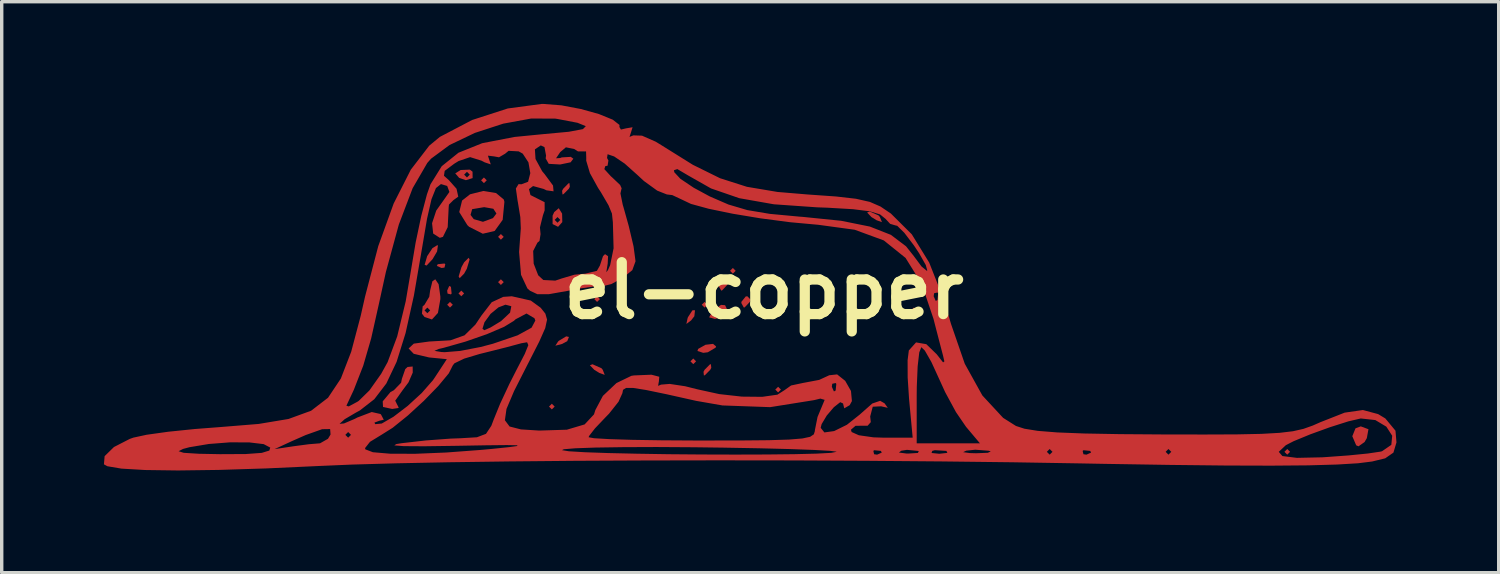
<source format=kicad_pcb>
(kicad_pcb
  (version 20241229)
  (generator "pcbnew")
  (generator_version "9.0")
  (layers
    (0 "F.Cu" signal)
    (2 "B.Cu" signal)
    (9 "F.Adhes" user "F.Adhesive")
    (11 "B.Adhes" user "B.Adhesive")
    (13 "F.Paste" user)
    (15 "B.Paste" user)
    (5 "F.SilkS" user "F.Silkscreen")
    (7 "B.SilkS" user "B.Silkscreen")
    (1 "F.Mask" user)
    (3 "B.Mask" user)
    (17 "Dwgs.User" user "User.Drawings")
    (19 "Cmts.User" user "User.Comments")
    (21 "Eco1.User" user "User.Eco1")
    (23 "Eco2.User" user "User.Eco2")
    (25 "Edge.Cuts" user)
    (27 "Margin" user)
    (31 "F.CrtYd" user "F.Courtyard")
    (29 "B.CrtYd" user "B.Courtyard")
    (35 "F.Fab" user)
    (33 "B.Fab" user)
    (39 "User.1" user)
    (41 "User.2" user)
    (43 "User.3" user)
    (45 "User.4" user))
  (footprint "el-copper"
    (layer "F.Cu")
    (at 19.369 5.478)
    (property "Reference" "el-copper" (at 0 0 0) (layer "F.SilkS") (effects (font (size 1.524 1.524) (thickness 0.3))))
    (attr board_only exclude_from_pos_files exclude_from_bom)
    (fp_poly (pts (xy -9.131 0.415) (xy -9.214 0.498) (xy -9.297 0.415) (xy -9.214 0.332)) (stroke (width 0) (type solid)) (fill yes) (layer "F.Cu"))
    (fp_poly (pts (xy -8.799 0.083) (xy -8.882 0.166) (xy -8.965 0.083) (xy -8.882 0)) (stroke (width 0) (type solid)) (fill yes) (layer "F.Cu"))
    (fp_poly (pts (xy -8.135 -3.237) (xy -8.218 -3.154) (xy -8.301 -3.237) (xy -8.218 -3.32)) (stroke (width 0) (type solid)) (fill yes) (layer "F.Cu"))
    (fp_poly (pts (xy -7.637 -1.577) (xy -7.72 -1.494) (xy -7.803 -1.577) (xy -7.72 -1.66)) (stroke (width 0) (type solid)) (fill yes) (layer "F.Cu"))
    (fp_poly (pts (xy -7.637 -0.249) (xy -7.72 -0.166) (xy -7.803 -0.249) (xy -7.72 -0.332)) (stroke (width 0) (type solid)) (fill yes) (layer "F.Cu"))
    (fp_poly (pts (xy -6.142 3.403) (xy -6.225 3.486) (xy -6.308 3.403) (xy -6.225 3.32)) (stroke (width 0) (type solid)) (fill yes) (layer "F.Cu"))
    (fp_poly (pts (xy -4.814 0.249) (xy -4.897 0.332) (xy -4.98 0.249) (xy -4.897 0.166)) (stroke (width 0) (type solid)) (fill yes) (layer "F.Cu"))
    (fp_poly (pts (xy -1.992 2.075) (xy -2.075 2.158) (xy -2.158 2.075) (xy -2.075 1.992)) (stroke (width 0) (type solid)) (fill yes) (layer "F.Cu"))
    (fp_poly (pts (xy -1.66 0.415) (xy -1.743 0.498) (xy -1.826 0.415) (xy -1.743 0.332)) (stroke (width 0) (type solid)) (fill yes) (layer "F.Cu"))
    (fp_poly (pts (xy -0.83 -0.581) (xy -0.913 -0.498) (xy -0.996 -0.581) (xy -0.913 -0.664)) (stroke (width 0) (type solid)) (fill yes) (layer "F.Cu"))
    (fp_poly (pts (xy 0.498 2.905) (xy 0.415 2.988) (xy 0.332 2.905) (xy 0.415 2.822)) (stroke (width 0) (type solid)) (fill yes) (layer "F.Cu"))
    (fp_poly (pts (xy 4.482 0.581) (xy 4.399 0.664) (xy 4.316 0.581) (xy 4.399 0.498)) (stroke (width 0) (type solid)) (fill yes) (layer "F.Cu"))
    (fp_poly (pts (xy 15.439 4.731) (xy 15.356 4.814) (xy 15.273 4.731) (xy 15.356 4.648)) (stroke (width 0) (type solid)) (fill yes) (layer "F.Cu"))
    (fp_poly (pts (xy -9.352 -0.775) (xy -9.375 -0.676) (xy -9.463 -0.664) (xy -9.599 -0.725) (xy -9.573 -0.775) (xy -9.376 -0.795)) (stroke (width 0) (type solid)) (fill yes) (layer "F.Cu"))
    (fp_poly (pts (xy -9.186 -0.111) (xy -9.166 0.086) (xy -9.186 0.111) (xy -9.285 0.088) (xy -9.297 0) (xy -9.236 -0.137)) (stroke (width 0) (type solid)) (fill yes) (layer "F.Cu"))
    (fp_poly (pts (xy -5.723 1.36) (xy -5.773 1.484) (xy -5.928 1.566) (xy -6.122 1.617) (xy -6.042 1.495) (xy -6.021 1.474) (xy -5.803 1.342)) (stroke (width 0) (type solid)) (fill yes) (layer "F.Cu"))
    (fp_poly (pts (xy -4.767 2.279) (xy -4.731 2.324) (xy -4.673 2.473) (xy -4.83 2.417) (xy -4.98 2.324) (xy -5.108 2.191) (xy -5.032 2.161)) (stroke (width 0) (type solid)) (fill yes) (layer "F.Cu"))
    (fp_poly (pts (xy -2.043 0.752) (xy -2.138 0.874) (xy -2.277 0.979) (xy -2.242 0.813) (xy -2.231 0.781) (xy -2.099 0.578) (xy -2.024 0.577)) (stroke (width 0) (type solid)) (fill yes) (layer "F.Cu"))
    (fp_poly (pts (xy 3.368 -2.203) (xy 3.403 -2.158) (xy 3.462 -2.009) (xy 3.305 -2.065) (xy 3.154 -2.158) (xy 3.027 -2.291) (xy 3.103 -2.322)) (stroke (width 0) (type solid)) (fill yes) (layer "F.Cu"))
    (fp_poly (pts (xy -9.568 -1.323) (xy -9.593 -1.147) (xy -9.725 -0.923) (xy -9.9 -0.735) (xy -9.958 -0.757) (xy -9.884 -1.01) (xy -9.728 -1.247) (xy -9.585 -1.334)) (stroke (width 0) (type solid)) (fill yes) (layer "F.Cu"))
    (fp_poly (pts (xy -8.638 -0.913) (xy -8.72 -0.64) (xy -8.799 -0.498) (xy -8.93 -0.365) (xy -8.96 -0.415) (xy -8.877 -0.688) (xy -8.799 -0.83) (xy -8.667 -0.963)) (stroke (width 0) (type solid)) (fill yes) (layer "F.Cu"))
    (fp_poly (pts (xy -5.697 -3.047) (xy -5.727 -2.988) (xy -5.884 -2.83) (xy -5.913 -2.822) (xy -5.924 -2.929) (xy -5.893 -2.988) (xy -5.737 -3.147) (xy -5.708 -3.154)) (stroke (width 0) (type solid)) (fill yes) (layer "F.Cu"))
    (fp_poly (pts (xy -1.546 2.265) (xy -1.577 2.324) (xy -1.734 2.483) (xy -1.763 2.49) (xy -1.774 2.383) (xy -1.743 2.324) (xy -1.587 2.166) (xy -1.558 2.158)) (stroke (width 0) (type solid)) (fill yes) (layer "F.Cu"))
    (fp_poly (pts (xy -1.405 1.639) (xy -1.42 1.675) (xy -1.649 1.81) (xy -1.781 1.826) (xy -1.952 1.772) (xy -1.932 1.711) (xy -1.717 1.59) (xy -1.494 1.563)) (stroke (width 0) (type solid)) (fill yes) (layer "F.Cu"))
    (fp_poly (pts (xy -1.141 0.428) (xy -1.058 0.603) (xy -1.207 0.772) (xy -1.441 0.83) (xy -1.609 0.785) (xy -1.51 0.6) (xy -1.496 0.583) (xy -1.261 0.419)) (stroke (width 0) (type solid)) (fill yes) (layer "F.Cu"))
    (fp_poly (pts (xy -1.053 -0.23) (xy -1.079 -0.166) (xy -1.228 -0.008) (xy -1.255 0) (xy -1.326 -0.128) (xy -1.328 -0.166) (xy -1.2 -0.326) (xy -1.152 -0.332)) (stroke (width 0) (type solid)) (fill yes) (layer "F.Cu"))
    (fp_poly (pts (xy -0.389 0.268) (xy -0.415 0.332) (xy -0.564 0.49) (xy -0.591 0.498) (xy -0.662 0.37) (xy -0.664 0.332) (xy -0.536 0.172) (xy -0.488 0.166)) (stroke (width 0) (type solid)) (fill yes) (layer "F.Cu"))
    (fp_poly (pts (xy 17.739 4.068) (xy 17.691 4.33) (xy 17.625 4.443) (xy 17.448 4.569) (xy 17.379 4.54) (xy 17.265 4.273) (xy 17.359 4.041) (xy 17.514 3.984)) (stroke (width 0) (type solid)) (fill yes) (layer "F.Cu"))
    (fp_poly (pts (xy -8.552 -3.49) (xy -8.55 -3.302) (xy -8.747 -3.24) (xy -8.945 -3.308) (xy -9.027 -3.403) (xy -8.799 -3.403) (xy -8.716 -3.32) (xy -8.633 -3.403) (xy -8.716 -3.486) (xy -8.799 -3.403) (xy -9.027 -3.403) (xy -9.059 -3.441) (xy -8.901 -3.539) (xy -8.631 -3.55)) (stroke (width 0) (type solid)) (fill yes) (layer "F.Cu"))
    (fp_poly (pts (xy -5.924 -2.26) (xy -5.918 -2.01) (xy -6.042 -1.872) (xy -6.201 -1.952) (xy -6.203 -1.956) (xy -6.203 -2.075) (xy -6.142 -2.075) (xy -6.059 -1.992) (xy -5.976 -2.075) (xy -6.059 -2.158) (xy -6.142 -2.075) (xy -6.203 -2.075) (xy -6.203 -2.199) (xy -6.155 -2.305) (xy -6.022 -2.418)) (stroke (width 0) (type solid)) (fill yes) (layer "F.Cu"))
    (fp_poly (pts (xy -10.307 2.407) (xy -10.43 2.69) (xy -10.62 2.945) (xy -10.821 3.23) (xy -10.749 3.376) (xy -10.744 3.378) (xy -10.719 3.444) (xy -10.91 3.473) (xy -11.179 3.415) (xy -11.188 3.25) (xy -10.96 2.977) (xy -10.861 2.923) (xy -10.648 2.703) (xy -10.625 2.588) (xy -10.526 2.303) (xy -10.459 2.241) (xy -10.309 2.227)) (stroke (width 0) (type solid)) (fill yes) (layer "F.Cu"))
    (fp_poly (pts (xy -9.547 -0.186) (xy -9.497 0.173) (xy -9.496 0.249) (xy -9.568 0.656) (xy -9.743 0.847) (xy -9.961 0.774) (xy -10.037 0.676) (xy -10.027 0.581) (xy -9.961 0.581) (xy -9.878 0.664) (xy -9.795 0.581) (xy -9.878 0.498) (xy -9.961 0.581) (xy -10.027 0.581) (xy -10.016 0.462) (xy -9.963 0.417) (xy -9.822 0.181) (xy -9.795 -0.01) (xy -9.73 -0.274) (xy -9.645 -0.332)) (stroke (width 0) (type solid)) (fill yes) (layer "F.Cu"))
    (fp_poly (pts (xy -7.862 -2.863) (xy -7.635 -2.673) (xy -7.617 -2.604) (xy -7.668 -2.076) (xy -7.902 -1.751) (xy -8.251 -1.669) (xy -8.652 -1.872) (xy -8.704 -1.921) (xy -8.89 -2.221) (xy -8.611 -2.221) (xy -8.516 -2.097) (xy -8.246 -2.019) (xy -7.953 -2.127) (xy -7.851 -2.262) (xy -7.942 -2.402) (xy -8.211 -2.449) (xy -8.563 -2.39) (xy -8.611 -2.221) (xy -8.89 -2.221) (xy -8.942 -2.306) (xy -8.859 -2.643) (xy -8.626 -2.826) (xy -8.237 -2.924)) (stroke (width 0) (type solid)) (fill yes) (layer "F.Cu"))
    (fp_poly (pts (xy -5.945 -5.437) (xy -5.373 -5.329) (xy -4.843 -5.181) (xy -4.438 -5.016) (xy -4.24 -4.862) (xy -4.242 -4.801) (xy -4.198 -4.726) (xy -4.049 -4.761) (xy -3.856 -4.794) (xy -3.9 -4.651) (xy -3.946 -4.51) (xy -3.834 -4.555) (xy -3.579 -4.547) (xy -3.177 -4.37) (xy -3.012 -4.269) (xy -2.087 -3.692) (xy -1.289 -3.298) (xy -0.5 -3.046) (xy 0.398 -2.895) (xy 1.281 -2.821) (xy 2.118 -2.762) (xy 2.701 -2.695) (xy 3.108 -2.603) (xy 3.418 -2.468) (xy 3.709 -2.272) (xy 3.726 -2.26) (xy 4.338 -1.652) (xy 4.849 -0.822) (xy 5.281 0.271) (xy 5.487 0.972) (xy 5.892 2.145) (xy 6.409 3.077) (xy 7.018 3.734) (xy 7.395 3.972) (xy 7.644 4.053) (xy 8.035 4.116) (xy 8.607 4.162) (xy 9.398 4.193) (xy 10.447 4.212) (xy 11.704 4.221) (xy 12.935 4.223) (xy 13.884 4.219) (xy 14.599 4.204) (xy 15.129 4.174) (xy 15.523 4.127) (xy 15.832 4.057) (xy 16.102 3.961) (xy 16.332 3.86) (xy 17.041 3.581) (xy 17.576 3.504) (xy 18.023 3.624) (xy 18.234 3.751) (xy 18.532 4.111) (xy 18.561 4.455) (xy 18.472 4.754) (xy 18.23 4.922) (xy 17.846 5.015) (xy 17.432 5.067) (xy 16.816 5.104) (xy 15.978 5.128) (xy 14.896 5.137) (xy 13.551 5.133) (xy 11.922 5.115) (xy 9.989 5.084) (xy 9.297 5.071) (xy 7.318 5.038) (xy 5.224 5.013) (xy 3.054 4.995) (xy 0.851 4.984) (xy -1.346 4.981) (xy -3.495 4.985) (xy -5.555 4.995) (xy -7.485 5.013) (xy -9.244 5.037) (xy -10.792 5.068) (xy -12.086 5.105) (xy -13.024 5.145) (xy -14.601 5.218) (xy -15.999 5.262) (xy -17.192 5.278) (xy -18.153 5.265) (xy -18.854 5.224) (xy -19.268 5.154) (xy -19.369 5.098) (xy -19.349 4.858) (xy -19.201 4.713) (xy -17.178 4.713) (xy -17.029 4.76) (xy -16.584 4.788) (xy -15.965 4.8) (xy -15.207 4.796) (xy -14.738 4.762) (xy -14.515 4.694) (xy -14.502 4.651) (xy -14.36 4.651) (xy -14.157 4.621) (xy -11.706 4.621) (xy -11.698 4.658) (xy -11.476 4.743) (xy -10.974 4.786) (xy -10.24 4.789) (xy -9.323 4.751) (xy -8.401 4.682) (xy -5.928 4.682) (xy -5.724 4.715) (xy -5.256 4.743) (xy -4.578 4.767) (xy -3.744 4.786) (xy -2.806 4.801) (xy -1.82 4.809) (xy -0.838 4.812) (xy 0.085 4.809) (xy 0.898 4.8) (xy 1.545 4.784) (xy 1.973 4.761) (xy 2.128 4.731) (xy 2.127 4.727) (xy 1.957 4.704) (xy 3.21 4.704) (xy 3.232 4.802) (xy 3.32 4.814) (xy 3.457 4.754) (xy 3.456 4.752) (xy 3.961 4.752) (xy 4.182 4.781) (xy 4.233 4.782) (xy 4.502 4.765) (xy 4.918 4.765) (xy 5.146 4.788) (xy 5.382 4.762) (xy 5.372 4.741) (xy 5.845 4.741) (xy 6.044 4.768) (xy 6.225 4.773) (xy 6.567 4.759) (xy 6.632 4.731) (xy 8.301 4.731) (xy 8.384 4.814) (xy 8.467 4.731) (xy 8.439 4.704) (xy 9.352 4.704) (xy 9.375 4.802) (xy 9.463 4.814) (xy 9.599 4.754) (xy 9.588 4.731) (xy 11.787 4.731) (xy 11.87 4.814) (xy 11.953 4.731) (xy 11.953 4.731) (xy 15.107 4.731) (xy 15.213 4.855) (xy 15.637 4.908) (xy 16.383 4.892) (xy 16.477 4.886) (xy 17.152 4.837) (xy 17.722 4.78) (xy 18.088 4.726) (xy 18.137 4.714) (xy 18.41 4.526) (xy 18.436 4.26) (xy 18.264 3.993) (xy 17.941 3.799) (xy 17.515 3.752) (xy 17.514 3.752) (xy 17.149 3.837) (xy 16.611 4.008) (xy 16.031 4.218) (xy 15.541 4.42) (xy 15.315 4.536) (xy 15.107 4.731) (xy 11.953 4.731) (xy 11.87 4.648) (xy 11.787 4.731) (xy 9.588 4.731) (xy 9.573 4.704) (xy 9.376 4.684) (xy 9.352 4.704) (xy 8.439 4.704) (xy 8.384 4.648) (xy 8.301 4.731) (xy 6.632 4.731) (xy 6.655 4.722) (xy 6.601 4.7) (xy 6.202 4.669) (xy 5.937 4.697) (xy 5.845 4.741) (xy 5.372 4.741) (xy 5.354 4.704) (xy 5.014 4.683) (xy 4.939 4.704) (xy 4.918 4.765) (xy 4.502 4.765) (xy 4.517 4.764) (xy 4.542 4.712) (xy 4.527 4.705) (xy 4.197 4.673) (xy 4.029 4.699) (xy 3.961 4.752) (xy 3.456 4.752) (xy 3.431 4.704) (xy 3.234 4.684) (xy 3.21 4.704) (xy 1.957 4.704) (xy 1.943 4.702) (xy 1.474 4.676) (xy 0.765 4.65) (xy -0.138 4.627) (xy -1.188 4.608) (xy -2.045 4.597) (xy -3.156 4.59) (xy -4.136 4.594) (xy -4.944 4.606) (xy -5.536 4.627) (xy -5.872 4.655) (xy -5.928 4.682) (xy -8.401 4.682) (xy -8.271 4.672) (xy -7.969 4.644) (xy -7.478 4.593) (xy -7.232 4.559) (xy -7.248 4.539) (xy -7.544 4.533) (xy -8.136 4.539) (xy -9.043 4.555) (xy -9.048 4.555) (xy -9.974 4.568) (xy -10.575 4.564) (xy -10.848 4.542) (xy -10.792 4.504) (xy -10.66 4.482) (xy 4.482 4.482) (xy 6.338 4.482) (xy 5.929 3.996) (xy 5.634 3.565) (xy 5.316 2.978) (xy 5.137 2.585) (xy 4.913 2.096) (xy 4.721 1.761) (xy 4.618 1.66) (xy 4.557 1.813) (xy 4.51 2.222) (xy 4.485 2.811) (xy 4.482 3.071) (xy 4.482 4.482) (xy -10.66 4.482) (xy -10.625 4.477) (xy -9.921 4.397) (xy -9.193 4.343) (xy -8.915 4.333) (xy -8.425 4.304) (xy -8.421 4.303) (xy -5.146 4.303) (xy -4.988 4.332) (xy -4.548 4.358) (xy -3.876 4.379) (xy -3.02 4.393) (xy -2.031 4.399) (xy -1.826 4.399) (xy -0.696 4.398) (xy 0.145 4.39) (xy 0.739 4.371) (xy 1.128 4.339) (xy 1.355 4.29) (xy 1.463 4.218) (xy 1.494 4.121) (xy 1.494 4.098) (xy 1.572 3.708) (xy 1.679 3.451) (xy 1.781 3.206) (xy 1.655 3.169) (xy 1.471 3.214) (xy 0.181 3.42) (xy -1.218 3.37) (xy -1.992 3.235) (xy -2.864 3.04) (xy -3.463 2.916) (xy -3.841 2.856) (xy -4.048 2.857) (xy -4.136 2.912) (xy -4.155 3.011) (xy -4.269 3.262) (xy -4.547 3.612) (xy -4.653 3.721) (xy -4.96 4.044) (xy -5.132 4.266) (xy -5.146 4.303) (xy -8.421 4.303) (xy -8.157 4.203) (xy -8.001 3.967) (xy -7.929 3.777) (xy -7.745 3.325) (xy -7.472 2.74) (xy -7.272 2.346) (xy -7.019 1.857) (xy -6.915 1.6) (xy -6.951 1.516) (xy -7.12 1.545) (xy -7.179 1.561) (xy -7.567 1.665) (xy -8.107 1.801) (xy -8.342 1.859) (xy -8.798 1.996) (xy -9.083 2.133) (xy -9.131 2.194) (xy -9.249 2.428) (xy -9.557 2.799) (xy -9.981 3.235) (xy -10.452 3.667) (xy -10.896 4.025) (xy -11.219 4.228) (xy -11.562 4.438) (xy -11.706 4.621) (xy -14.157 4.621) (xy -13.8 4.567) (xy -13.354 4.508) (xy -13.039 4.482) (xy -13.029 4.482) (xy -12.794 4.348) (xy -12.725 4.233) (xy -12.285 4.233) (xy -12.202 4.316) (xy -12.119 4.233) (xy -12.202 4.15) (xy -12.285 4.233) (xy -12.725 4.233) (xy -12.719 4.222) (xy -12.731 4.063) (xy -12.966 4.067) (xy -13.447 4.238) (xy -13.862 4.421) (xy -14.36 4.651) (xy -14.502 4.651) (xy -14.488 4.607) (xy -14.681 4.505) (xy -15.108 4.454) (xy -15.676 4.453) (xy -16.291 4.501) (xy -16.86 4.596) (xy -17.048 4.646) (xy -17.178 4.713) (xy -19.201 4.713) (xy -19.075 4.59) (xy -18.611 4.352) (xy -18.504 4.314) (xy -18.115 4.23) (xy -17.485 4.142) (xy -16.706 4.062) (xy -15.976 4.006) (xy -14.833 3.913) (xy -14.812 3.91) (xy -12.451 3.91) (xy -12.323 3.898) (xy -12.007 3.763) (xy -11.934 3.725) (xy -11.51 3.563) (xy -11.255 3.621) (xy -11.237 3.638) (xy -11.157 3.79) (xy -11.283 3.818) (xy -11.43 3.873) (xy -11.409 3.919) (xy -11.216 3.901) (xy -10.872 3.702) (xy -10.456 3.384) (xy -10.045 3.007) (xy -9.716 2.632) (xy -9.66 2.55) (xy -9.307 2.012) (xy -9.829 1.961) (xy -10.279 1.854) (xy -10.361 1.768) (xy -9.671 1.768) (xy -9.469 1.802) (xy -9.368 1.807) (xy -8.916 1.77) (xy -8.318 1.655) (xy -7.957 1.56) (xy -7.231 1.313) (xy -6.82 1.088) (xy -6.709 0.878) (xy -6.735 0.811) (xy -6.969 0.672) (xy -7.29 0.842) (xy -7.338 0.887) (xy -7.626 1.063) (xy -8.135 1.28) (xy -8.763 1.498) (xy -9.408 1.681) (xy -9.546 1.713) (xy -9.671 1.768) (xy -10.361 1.768) (xy -10.428 1.698) (xy -10.276 1.556) (xy -9.824 1.494) (xy -9.822 1.494) (xy -9.199 1.458) (xy -8.787 1.312) (xy -8.593 1.121) (xy -8.261 1.121) (xy -8.207 1.162) (xy -8.022 1.081) (xy -7.715 0.895) (xy -7.451 0.647) (xy -7.414 0.459) (xy -7.586 0.413) (xy -7.793 0.493) (xy -8.023 0.683) (xy -8.202 0.929) (xy -8.261 1.121) (xy -8.593 1.121) (xy -8.469 0.998) (xy -8.29 0.731) (xy -7.989 0.341) (xy -7.653 0.184) (xy -7.4 0.166) (xy -6.843 0.292) (xy -6.553 0.503) (xy -6.415 0.676) (xy -6.365 0.851) (xy -6.419 1.101) (xy -6.594 1.495) (xy -6.905 2.106) (xy -6.942 2.177) (xy -7.333 2.947) (xy -7.556 3.473) (xy -7.603 3.804) (xy -7.465 3.988) (xy -7.132 4.073) (xy -6.597 4.107) (xy -6.586 4.107) (xy -5.785 4.082) (xy -5.263 3.927) (xy -4.988 3.632) (xy -4.948 3.505) (xy -4.727 3.089) (xy -4.329 2.713) (xy -3.891 2.501) (xy -3.815 2.489) (xy -3.301 2.468) (xy -3.072 2.528) (xy -3.085 2.678) (xy -3.087 2.682) (xy -3.107 2.796) (xy -3.02 2.759) (xy -2.767 2.738) (xy -2.315 2.806) (xy -1.956 2.896) (xy -1.312 3.037) (xy -0.648 3.111) (xy -0.05 3.117) (xy 0.394 3.054) (xy 0.597 2.925) (xy 0.742 2.822) (xy 1.992 2.822) (xy 2.053 2.959) (xy 2.103 2.933) (xy 2.123 2.736) (xy 2.103 2.712) (xy 2.004 2.734) (xy 1.992 2.822) (xy 0.742 2.822) (xy 0.796 2.784) (xy 1.177 2.703) (xy 1.182 2.703) (xy 1.621 2.62) (xy 1.916 2.484) (xy 2.147 2.459) (xy 2.384 2.648) (xy 2.553 2.945) (xy 2.581 3.242) (xy 2.515 3.362) (xy 2.356 3.455) (xy 2.32 3.312) (xy 2.238 3.274) (xy 2.051 3.422) (xy 1.842 3.667) (xy 1.692 3.918) (xy 1.664 4.026) (xy 1.773 4.162) (xy 2.059 4.122) (xy 2.434 3.937) (xy 2.813 3.636) (xy 2.82 3.629) (xy 3.178 3.313) (xy 3.41 3.234) (xy 3.538 3.307) (xy 3.634 3.44) (xy 3.457 3.4) (xy 3.445 3.395) (xy 3.192 3.407) (xy 3.117 3.693) (xy 3.135 3.86) (xy 3.041 3.966) (xy 3.03 3.965) (xy 2.688 3.967) (xy 2.552 4.082) (xy 2.573 4.15) (xy 2.785 4.245) (xy 3.214 4.306) (xy 3.52 4.316) (xy 4.364 4.316) (xy 4.257 3.168) (xy 4.217 2.551) (xy 4.215 2.043) (xy 4.251 1.756) (xy 4.463 1.52) (xy 4.764 1.572) (xy 5.069 1.868) (xy 5.256 2.106) (xy 5.294 2.079) (xy 5.255 1.909) (xy 5.16 1.546) (xy 5.026 1.03) (xy 4.975 0.83) (xy 4.751 0.166) (xy 4.98 0.166) (xy 5.041 0.303) (xy 5.091 0.277) (xy 5.111 0.08) (xy 5.091 0.055) (xy 4.992 0.078) (xy 4.98 0.166) (xy 4.751 0.166) (xy 4.626 -0.203) (xy 4.155 -0.959) (xy 3.516 -1.473) (xy 2.662 -1.786) (xy 1.598 -1.931) (xy 0.766 -2.007) (xy -0.096 -2.12) (xy -0.917 -2.256) (xy -1.623 -2.402) (xy -2.142 -2.544) (xy -2.399 -2.666) (xy -2.691 -2.803) (xy -2.85 -2.822) (xy -3.133 -2.934) (xy -3.522 -3.216) (xy -3.724 -3.403) (xy -3.87 -3.533) (xy -2.642 -3.533) (xy -2.631 -3.473) (xy -2.454 -3.282) (xy -2.061 -3.018) (xy -1.589 -2.763) (xy -1.042 -2.526) (xy -0.49 -2.363) (xy 0.171 -2.252) (xy 1.049 -2.17) (xy 1.144 -2.163) (xy 2.265 -2.049) (xy 3.108 -1.879) (xy 3.725 -1.636) (xy 4.169 -1.3) (xy 4.395 -1.016) (xy 4.625 -0.707) (xy 4.778 -0.582) (xy 4.793 -0.587) (xy 4.748 -0.751) (xy 4.556 -1.091) (xy 4.399 -1.328) (xy 4.118 -1.697) (xy 3.911 -1.901) (xy 3.852 -1.915) (xy 3.703 -1.959) (xy 3.567 -2.106) (xy 3.406 -2.236) (xy 3.108 -2.327) (xy 2.613 -2.389) (xy 1.863 -2.433) (xy 1.558 -2.444) (xy 0.29 -2.533) (xy -0.724 -2.712) (xy -1.553 -2.998) (xy -2.223 -3.378) (xy -2.542 -3.566) (xy -2.642 -3.533) (xy -3.87 -3.533) (xy -4.088 -3.728) (xy -4.397 -3.937) (xy -4.589 -4.002) (xy -4.605 -3.892) (xy -4.565 -3.818) (xy -4.589 -3.666) (xy -4.657 -3.652) (xy -4.684 -3.565) (xy -4.49 -3.352) (xy -4.459 -3.326) (xy -4.221 -3.1) (xy -4.174 -2.995) (xy -4.18 -2.994) (xy -4.212 -2.852) (xy -4.143 -2.513) (xy -4.123 -2.449) (xy -3.968 -1.895) (xy -3.829 -1.306) (xy -3.826 -1.291) (xy -3.769 -0.861) (xy -3.863 -0.601) (xy -4.132 -0.382) (xy -4.478 -0.192) (xy -4.709 -0.136) (xy -4.712 -0.136) (xy -4.944 -0.129) (xy -5.388 -0.064) (xy -5.769 0.009) (xy -6.317 0.106) (xy -6.649 0.106) (xy -6.867 0.003) (xy -6.943 -0.065) (xy -7.129 -0.463) (xy -7.186 -1.133) (xy -7.136 -1.826) (xy -7.15 -2.156) (xy -7.224 -2.608) (xy -7.228 -2.622) (xy -7.278 -2.978) (xy -6.896 -2.978) (xy -6.852 -2.804) (xy -6.668 -2.711) (xy -6.437 -2.595) (xy -6.436 -2.355) (xy -6.486 -2.211) (xy -6.574 -1.854) (xy -6.556 -1.658) (xy -6.587 -1.458) (xy -6.648 -1.407) (xy -6.773 -1.163) (xy -6.758 -0.791) (xy -6.625 -0.449) (xy -6.475 -0.311) (xy -6.123 -0.293) (xy -5.946 -0.353) (xy -5.561 -0.467) (xy -5.24 -0.498) (xy -4.903 -0.58) (xy -4.814 -0.737) (xy -4.723 -1.013) (xy -4.664 -1.07) (xy -4.575 -1.01) (xy -4.586 -0.789) (xy -4.627 -0.54) (xy -4.578 -0.603) (xy -4.514 -0.747) (xy -4.413 -1.243) (xy -4.434 -2.003) (xy -4.461 -2.26) (xy -4.562 -2.504) (xy -4.787 -2.889) (xy -4.87 -3.016) (xy -5.107 -3.446) (xy -5.216 -3.812) (xy -5.215 -3.884) (xy -5.221 -4.086) (xy -5.268 -4.084) (xy -5.459 -4.086) (xy -5.566 -4.154) (xy -5.812 -4.205) (xy -5.978 -4.066) (xy -6.102 -3.883) (xy -5.981 -3.891) (xy -5.934 -3.909) (xy -5.669 -3.925) (xy -5.594 -3.871) (xy -5.674 -3.765) (xy -5.982 -3.701) (xy -6.316 -3.72) (xy -6.406 -3.878) (xy -6.395 -3.964) (xy -6.441 -4.21) (xy -6.549 -4.261) (xy -6.722 -4.145) (xy -6.704 -3.862) (xy -6.509 -3.504) (xy -6.433 -3.413) (xy -6.19 -3.084) (xy -6.175 -2.914) (xy -6.383 -2.943) (xy -6.464 -2.983) (xy -6.776 -3.068) (xy -6.896 -2.978) (xy -7.278 -2.978) (xy -7.281 -2.996) (xy -7.202 -3.125) (xy -7.119 -3.12) (xy -6.922 -3.194) (xy -6.857 -3.448) (xy -6.912 -3.764) (xy -7.079 -4.019) (xy -7.198 -4.086) (xy -7.494 -4.102) (xy -7.598 -4.016) (xy -7.776 -3.912) (xy -7.924 -3.939) (xy -8.101 -3.96) (xy -8.059 -3.83) (xy -8.017 -3.704) (xy -8.196 -3.764) (xy -8.292 -3.814) (xy -8.623 -3.917) (xy -8.962 -3.802) (xy -9.088 -3.724) (xy -9.369 -3.514) (xy -9.391 -3.37) (xy -9.243 -3.238) (xy -9.022 -2.989) (xy -8.971 -2.757) (xy -9.112 -2.656) (xy -9.244 -2.525) (xy -9.252 -2.449) (xy -9.281 -1.862) (xy -9.421 -1.577) (xy -9.513 -1.549) (xy -9.707 -1.674) (xy -9.74 -1.977) (xy -9.617 -2.349) (xy -9.443 -2.594) (xy -9.231 -2.895) (xy -9.296 -3.071) (xy -9.299 -3.072) (xy -9.479 -3.126) (xy -9.626 -3.009) (xy -9.757 -2.682) (xy -9.888 -2.106) (xy -10.034 -1.245) (xy -10.273 0.146) (xy -10.517 1.246) (xy -10.781 2.092) (xy -11.082 2.726) (xy -11.435 3.187) (xy -11.856 3.515) (xy -11.982 3.584) (xy -12.306 3.775) (xy -12.451 3.906) (xy -12.451 3.91) (xy -14.812 3.91) (xy -13.953 3.767) (xy -13.289 3.525) (xy -13.098 3.378) (xy -12.254 3.378) (xy -12.186 3.399) (xy -11.928 3.26) (xy -11.893 3.237) (xy -11.578 2.929) (xy -11.234 2.443) (xy -11.045 2.1) (xy -10.763 1.344) (xy -10.514 0.318) (xy -10.361 -0.582) (xy -10.222 -1.41) (xy -10.057 -2.192) (xy -9.89 -2.825) (xy -9.786 -3.119) (xy -9.456 -3.651) (xy -8.965 -4.046) (xy -8.268 -4.326) (xy -7.322 -4.509) (xy -6.475 -4.592) (xy -5.728 -4.661) (xy -5.313 -4.739) (xy -5.228 -4.826) (xy -5.473 -4.925) (xy -6.048 -5.035) (xy -6.125 -5.047) (xy -6.831 -5.05) (xy -7.652 -4.899) (xy -8.486 -4.627) (xy -9.227 -4.272) (xy -9.771 -3.87) (xy -9.88 -3.746) (xy -10.31 -3.005) (xy -10.715 -1.939) (xy -11.095 -0.546) (xy -11.302 0.398) (xy -11.527 1.403) (xy -11.759 2.201) (xy -12.037 2.914) (xy -12.254 3.378) (xy -13.098 3.378) (xy -12.793 3.144) (xy -12.417 2.581) (xy -12.113 1.794) (xy -11.834 0.74) (xy -11.706 0.174) (xy -11.319 -1.305) (xy -10.867 -2.555) (xy -10.364 -3.548) (xy -9.823 -4.253) (xy -9.511 -4.511) (xy -8.563 -5.007) (xy -7.518 -5.345) (xy -6.525 -5.478) (xy -6.475 -5.478)) (stroke (width 0) (type solid)) (fill yes) (layer "F.Cu"))
    (fp_poly (pts (xy -9.131 0.415) (xy -9.214 0.498) (xy -9.297 0.415) (xy -9.214 0.332)) (stroke (width 0) (type solid)) (fill yes) (layer "F.Mask"))
    (fp_poly (pts (xy -8.799 0.083) (xy -8.882 0.166) (xy -8.965 0.083) (xy -8.882 0)) (stroke (width 0) (type solid)) (fill yes) (layer "F.Mask"))
    (fp_poly (pts (xy -8.135 -3.237) (xy -8.218 -3.154) (xy -8.301 -3.237) (xy -8.218 -3.32)) (stroke (width 0) (type solid)) (fill yes) (layer "F.Mask"))
    (fp_poly (pts (xy -7.637 -1.577) (xy -7.72 -1.494) (xy -7.803 -1.577) (xy -7.72 -1.66)) (stroke (width 0) (type solid)) (fill yes) (layer "F.Mask"))
    (fp_poly (pts (xy -7.637 -0.249) (xy -7.72 -0.166) (xy -7.803 -0.249) (xy -7.72 -0.332)) (stroke (width 0) (type solid)) (fill yes) (layer "F.Mask"))
    (fp_poly (pts (xy -6.142 3.403) (xy -6.225 3.486) (xy -6.308 3.403) (xy -6.225 3.32)) (stroke (width 0) (type solid)) (fill yes) (layer "F.Mask"))
    (fp_poly (pts (xy -4.814 0.249) (xy -4.897 0.332) (xy -4.98 0.249) (xy -4.897 0.166)) (stroke (width 0) (type solid)) (fill yes) (layer "F.Mask"))
    (fp_poly (pts (xy -1.992 2.075) (xy -2.075 2.158) (xy -2.158 2.075) (xy -2.075 1.992)) (stroke (width 0) (type solid)) (fill yes) (layer "F.Mask"))
    (fp_poly (pts (xy -1.66 0.415) (xy -1.743 0.498) (xy -1.826 0.415) (xy -1.743 0.332)) (stroke (width 0) (type solid)) (fill yes) (layer "F.Mask"))
    (fp_poly (pts (xy -0.83 -0.581) (xy -0.913 -0.498) (xy -0.996 -0.581) (xy -0.913 -0.664)) (stroke (width 0) (type solid)) (fill yes) (layer "F.Mask"))
    (fp_poly (pts (xy 0.498 2.905) (xy 0.415 2.988) (xy 0.332 2.905) (xy 0.415 2.822)) (stroke (width 0) (type solid)) (fill yes) (layer "F.Mask"))
    (fp_poly (pts (xy 4.482 0.581) (xy 4.399 0.664) (xy 4.316 0.581) (xy 4.399 0.498)) (stroke (width 0) (type solid)) (fill yes) (layer "F.Mask"))
    (fp_poly (pts (xy 15.439 4.731) (xy 15.356 4.814) (xy 15.273 4.731) (xy 15.356 4.648)) (stroke (width 0) (type solid)) (fill yes) (layer "F.Mask"))
    (fp_poly (pts (xy -9.352 -0.775) (xy -9.375 -0.676) (xy -9.463 -0.664) (xy -9.599 -0.725) (xy -9.573 -0.775) (xy -9.376 -0.795)) (stroke (width 0) (type solid)) (fill yes) (layer "F.Mask"))
    (fp_poly (pts (xy -9.186 -0.111) (xy -9.166 0.086) (xy -9.186 0.111) (xy -9.285 0.088) (xy -9.297 0) (xy -9.236 -0.137)) (stroke (width 0) (type solid)) (fill yes) (layer "F.Mask"))
    (fp_poly (pts (xy -5.723 1.36) (xy -5.773 1.484) (xy -5.928 1.566) (xy -6.122 1.617) (xy -6.042 1.495) (xy -6.021 1.474) (xy -5.803 1.342)) (stroke (width 0) (type solid)) (fill yes) (layer "F.Mask"))
    (fp_poly (pts (xy -4.767 2.279) (xy -4.731 2.324) (xy -4.673 2.473) (xy -4.83 2.417) (xy -4.98 2.324) (xy -5.108 2.191) (xy -5.032 2.161)) (stroke (width 0) (type solid)) (fill yes) (layer "F.Mask"))
    (fp_poly (pts (xy -2.043 0.752) (xy -2.138 0.874) (xy -2.277 0.979) (xy -2.242 0.813) (xy -2.231 0.781) (xy -2.099 0.578) (xy -2.024 0.577)) (stroke (width 0) (type solid)) (fill yes) (layer "F.Mask"))
    (fp_poly (pts (xy 3.368 -2.203) (xy 3.403 -2.158) (xy 3.462 -2.009) (xy 3.305 -2.065) (xy 3.154 -2.158) (xy 3.027 -2.291) (xy 3.103 -2.322)) (stroke (width 0) (type solid)) (fill yes) (layer "F.Mask"))
    (fp_poly (pts (xy -9.568 -1.323) (xy -9.593 -1.147) (xy -9.725 -0.923) (xy -9.9 -0.735) (xy -9.958 -0.757) (xy -9.884 -1.01) (xy -9.728 -1.247) (xy -9.585 -1.334)) (stroke (width 0) (type solid)) (fill yes) (layer "F.Mask"))
    (fp_poly (pts (xy -8.638 -0.913) (xy -8.72 -0.64) (xy -8.799 -0.498) (xy -8.93 -0.365) (xy -8.96 -0.415) (xy -8.877 -0.688) (xy -8.799 -0.83) (xy -8.667 -0.963)) (stroke (width 0) (type solid)) (fill yes) (layer "F.Mask"))
    (fp_poly (pts (xy -5.697 -3.047) (xy -5.727 -2.988) (xy -5.884 -2.83) (xy -5.913 -2.822) (xy -5.924 -2.929) (xy -5.893 -2.988) (xy -5.737 -3.147) (xy -5.708 -3.154)) (stroke (width 0) (type solid)) (fill yes) (layer "F.Mask"))
    (fp_poly (pts (xy -1.546 2.265) (xy -1.577 2.324) (xy -1.734 2.483) (xy -1.763 2.49) (xy -1.774 2.383) (xy -1.743 2.324) (xy -1.587 2.166) (xy -1.558 2.158)) (stroke (width 0) (type solid)) (fill yes) (layer "F.Mask"))
    (fp_poly (pts (xy -1.405 1.639) (xy -1.42 1.675) (xy -1.649 1.81) (xy -1.781 1.826) (xy -1.952 1.772) (xy -1.932 1.711) (xy -1.717 1.59) (xy -1.494 1.563)) (stroke (width 0) (type solid)) (fill yes) (layer "F.Mask"))
    (fp_poly (pts (xy -1.141 0.428) (xy -1.058 0.603) (xy -1.207 0.772) (xy -1.441 0.83) (xy -1.609 0.785) (xy -1.51 0.6) (xy -1.496 0.583) (xy -1.261 0.419)) (stroke (width 0) (type solid)) (fill yes) (layer "F.Mask"))
    (fp_poly (pts (xy -1.053 -0.23) (xy -1.079 -0.166) (xy -1.228 -0.008) (xy -1.255 0) (xy -1.326 -0.128) (xy -1.328 -0.166) (xy -1.2 -0.326) (xy -1.152 -0.332)) (stroke (width 0) (type solid)) (fill yes) (layer "F.Mask"))
    (fp_poly (pts (xy -0.389 0.268) (xy -0.415 0.332) (xy -0.564 0.49) (xy -0.591 0.498) (xy -0.662 0.37) (xy -0.664 0.332) (xy -0.536 0.172) (xy -0.488 0.166)) (stroke (width 0) (type solid)) (fill yes) (layer "F.Mask"))
    (fp_poly (pts (xy 17.739 4.068) (xy 17.691 4.33) (xy 17.625 4.443) (xy 17.448 4.569) (xy 17.379 4.54) (xy 17.265 4.273) (xy 17.359 4.041) (xy 17.514 3.984)) (stroke (width 0) (type solid)) (fill yes) (layer "F.Mask"))
    (fp_poly (pts (xy -8.552 -3.49) (xy -8.55 -3.302) (xy -8.747 -3.24) (xy -8.945 -3.308) (xy -9.027 -3.403) (xy -8.799 -3.403) (xy -8.716 -3.32) (xy -8.633 -3.403) (xy -8.716 -3.486) (xy -8.799 -3.403) (xy -9.027 -3.403) (xy -9.059 -3.441) (xy -8.901 -3.539) (xy -8.631 -3.55)) (stroke (width 0) (type solid)) (fill yes) (layer "F.Mask"))
    (fp_poly (pts (xy -5.924 -2.26) (xy -5.918 -2.01) (xy -6.042 -1.872) (xy -6.201 -1.952) (xy -6.203 -1.956) (xy -6.203 -2.075) (xy -6.142 -2.075) (xy -6.059 -1.992) (xy -5.976 -2.075) (xy -6.059 -2.158) (xy -6.142 -2.075) (xy -6.203 -2.075) (xy -6.203 -2.199) (xy -6.155 -2.305) (xy -6.022 -2.418)) (stroke (width 0) (type solid)) (fill yes) (layer "F.Mask"))
    (fp_poly (pts (xy -10.307 2.407) (xy -10.43 2.69) (xy -10.62 2.945) (xy -10.821 3.23) (xy -10.749 3.376) (xy -10.744 3.378) (xy -10.719 3.444) (xy -10.91 3.473) (xy -11.179 3.415) (xy -11.188 3.25) (xy -10.96 2.977) (xy -10.861 2.923) (xy -10.648 2.703) (xy -10.625 2.588) (xy -10.526 2.303) (xy -10.459 2.241) (xy -10.309 2.227)) (stroke (width 0) (type solid)) (fill yes) (layer "F.Mask"))
    (fp_poly (pts (xy -9.547 -0.186) (xy -9.497 0.173) (xy -9.496 0.249) (xy -9.568 0.656) (xy -9.743 0.847) (xy -9.961 0.774) (xy -10.037 0.676) (xy -10.027 0.581) (xy -9.961 0.581) (xy -9.878 0.664) (xy -9.795 0.581) (xy -9.878 0.498) (xy -9.961 0.581) (xy -10.027 0.581) (xy -10.016 0.462) (xy -9.963 0.417) (xy -9.822 0.181) (xy -9.795 -0.01) (xy -9.73 -0.274) (xy -9.645 -0.332)) (stroke (width 0) (type solid)) (fill yes) (layer "F.Mask"))
    (fp_poly (pts (xy -7.862 -2.863) (xy -7.635 -2.673) (xy -7.617 -2.604) (xy -7.668 -2.076) (xy -7.902 -1.751) (xy -8.251 -1.669) (xy -8.652 -1.872) (xy -8.704 -1.921) (xy -8.89 -2.221) (xy -8.611 -2.221) (xy -8.516 -2.097) (xy -8.246 -2.019) (xy -7.953 -2.127) (xy -7.851 -2.262) (xy -7.942 -2.402) (xy -8.211 -2.449) (xy -8.563 -2.39) (xy -8.611 -2.221) (xy -8.89 -2.221) (xy -8.942 -2.306) (xy -8.859 -2.643) (xy -8.626 -2.826) (xy -8.237 -2.924)) (stroke (width 0) (type solid)) (fill yes) (layer "F.Mask"))
    (fp_poly (pts (xy -5.945 -5.437) (xy -5.373 -5.329) (xy -4.843 -5.181) (xy -4.438 -5.016) (xy -4.24 -4.862) (xy -4.242 -4.801) (xy -4.198 -4.726) (xy -4.049 -4.761) (xy -3.856 -4.794) (xy -3.9 -4.651) (xy -3.946 -4.51) (xy -3.834 -4.555) (xy -3.579 -4.547) (xy -3.177 -4.37) (xy -3.012 -4.269) (xy -2.087 -3.692) (xy -1.289 -3.298) (xy -0.5 -3.046) (xy 0.398 -2.895) (xy 1.281 -2.821) (xy 2.118 -2.762) (xy 2.701 -2.695) (xy 3.108 -2.603) (xy 3.418 -2.468) (xy 3.709 -2.272) (xy 3.726 -2.26) (xy 4.338 -1.652) (xy 4.849 -0.822) (xy 5.281 0.271) (xy 5.487 0.972) (xy 5.892 2.145) (xy 6.409 3.077) (xy 7.018 3.734) (xy 7.395 3.972) (xy 7.644 4.053) (xy 8.035 4.116) (xy 8.607 4.162) (xy 9.398 4.193) (xy 10.447 4.212) (xy 11.704 4.221) (xy 12.935 4.223) (xy 13.884 4.219) (xy 14.599 4.204) (xy 15.129 4.174) (xy 15.523 4.127) (xy 15.832 4.057) (xy 16.102 3.961) (xy 16.332 3.86) (xy 17.041 3.581) (xy 17.576 3.504) (xy 18.023 3.624) (xy 18.234 3.751) (xy 18.532 4.111) (xy 18.561 4.455) (xy 18.472 4.754) (xy 18.23 4.922) (xy 17.846 5.015) (xy 17.432 5.067) (xy 16.816 5.104) (xy 15.978 5.128) (xy 14.896 5.137) (xy 13.551 5.133) (xy 11.922 5.115) (xy 9.989 5.084) (xy 9.297 5.071) (xy 7.318 5.038) (xy 5.224 5.013) (xy 3.054 4.995) (xy 0.851 4.984) (xy -1.346 4.981) (xy -3.495 4.985) (xy -5.555 4.995) (xy -7.485 5.013) (xy -9.244 5.037) (xy -10.792 5.068) (xy -12.086 5.105) (xy -13.024 5.145) (xy -14.601 5.218) (xy -15.999 5.262) (xy -17.192 5.278) (xy -18.153 5.265) (xy -18.854 5.224) (xy -19.268 5.154) (xy -19.369 5.098) (xy -19.349 4.858) (xy -19.201 4.713) (xy -17.178 4.713) (xy -17.029 4.76) (xy -16.584 4.788) (xy -15.965 4.8) (xy -15.207 4.796) (xy -14.738 4.762) (xy -14.515 4.694) (xy -14.502 4.651) (xy -14.36 4.651) (xy -14.157 4.621) (xy -11.706 4.621) (xy -11.698 4.658) (xy -11.476 4.743) (xy -10.974 4.786) (xy -10.24 4.789) (xy -9.323 4.751) (xy -8.401 4.682) (xy -5.928 4.682) (xy -5.724 4.715) (xy -5.256 4.743) (xy -4.578 4.767) (xy -3.744 4.786) (xy -2.806 4.801) (xy -1.82 4.809) (xy -0.838 4.812) (xy 0.085 4.809) (xy 0.898 4.8) (xy 1.545 4.784) (xy 1.973 4.761) (xy 2.128 4.731) (xy 2.127 4.727) (xy 1.957 4.704) (xy 3.21 4.704) (xy 3.232 4.802) (xy 3.32 4.814) (xy 3.457 4.754) (xy 3.456 4.752) (xy 3.961 4.752) (xy 4.182 4.781) (xy 4.233 4.782) (xy 4.502 4.765) (xy 4.918 4.765) (xy 5.146 4.788) (xy 5.382 4.762) (xy 5.372 4.741) (xy 5.845 4.741) (xy 6.044 4.768) (xy 6.225 4.773) (xy 6.567 4.759) (xy 6.632 4.731) (xy 8.301 4.731) (xy 8.384 4.814) (xy 8.467 4.731) (xy 8.439 4.704) (xy 9.352 4.704) (xy 9.375 4.802) (xy 9.463 4.814) (xy 9.599 4.754) (xy 9.588 4.731) (xy 11.787 4.731) (xy 11.87 4.814) (xy 11.953 4.731) (xy 11.953 4.731) (xy 15.107 4.731) (xy 15.213 4.855) (xy 15.637 4.908) (xy 16.383 4.892) (xy 16.477 4.886) (xy 17.152 4.837) (xy 17.722 4.78) (xy 18.088 4.726) (xy 18.137 4.714) (xy 18.41 4.526) (xy 18.436 4.26) (xy 18.264 3.993) (xy 17.941 3.799) (xy 17.515 3.752) (xy 17.514 3.752) (xy 17.149 3.837) (xy 16.611 4.008) (xy 16.031 4.218) (xy 15.541 4.42) (xy 15.315 4.536) (xy 15.107 4.731) (xy 11.953 4.731) (xy 11.87 4.648) (xy 11.787 4.731) (xy 9.588 4.731) (xy 9.573 4.704) (xy 9.376 4.684) (xy 9.352 4.704) (xy 8.439 4.704) (xy 8.384 4.648) (xy 8.301 4.731) (xy 6.632 4.731) (xy 6.655 4.722) (xy 6.601 4.7) (xy 6.202 4.669) (xy 5.937 4.697) (xy 5.845 4.741) (xy 5.372 4.741) (xy 5.354 4.704) (xy 5.014 4.683) (xy 4.939 4.704) (xy 4.918 4.765) (xy 4.502 4.765) (xy 4.517 4.764) (xy 4.542 4.712) (xy 4.527 4.705) (xy 4.197 4.673) (xy 4.029 4.699) (xy 3.961 4.752) (xy 3.456 4.752) (xy 3.431 4.704) (xy 3.234 4.684) (xy 3.21 4.704) (xy 1.957 4.704) (xy 1.943 4.702) (xy 1.474 4.676) (xy 0.765 4.65) (xy -0.138 4.627) (xy -1.188 4.608) (xy -2.045 4.597) (xy -3.156 4.59) (xy -4.136 4.594) (xy -4.944 4.606) (xy -5.536 4.627) (xy -5.872 4.655) (xy -5.928 4.682) (xy -8.401 4.682) (xy -8.271 4.672) (xy -7.969 4.644) (xy -7.478 4.593) (xy -7.232 4.559) (xy -7.248 4.539) (xy -7.544 4.533) (xy -8.136 4.539) (xy -9.043 4.555) (xy -9.048 4.555) (xy -9.974 4.568) (xy -10.575 4.564) (xy -10.848 4.542) (xy -10.792 4.504) (xy -10.66 4.482) (xy 4.482 4.482) (xy 6.338 4.482) (xy 5.929 3.996) (xy 5.634 3.565) (xy 5.316 2.978) (xy 5.137 2.585) (xy 4.913 2.096) (xy 4.721 1.761) (xy 4.618 1.66) (xy 4.557 1.813) (xy 4.51 2.222) (xy 4.485 2.811) (xy 4.482 3.071) (xy 4.482 4.482) (xy -10.66 4.482) (xy -10.625 4.477) (xy -9.921 4.397) (xy -9.193 4.343) (xy -8.915 4.333) (xy -8.425 4.304) (xy -8.421 4.303) (xy -5.146 4.303) (xy -4.988 4.332) (xy -4.548 4.358) (xy -3.876 4.379) (xy -3.02 4.393) (xy -2.031 4.399) (xy -1.826 4.399) (xy -0.696 4.398) (xy 0.145 4.39) (xy 0.739 4.371) (xy 1.128 4.339) (xy 1.355 4.29) (xy 1.463 4.218) (xy 1.494 4.121) (xy 1.494 4.098) (xy 1.572 3.708) (xy 1.679 3.451) (xy 1.781 3.206) (xy 1.655 3.169) (xy 1.471 3.214) (xy 0.181 3.42) (xy -1.218 3.37) (xy -1.992 3.235) (xy -2.864 3.04) (xy -3.463 2.916) (xy -3.841 2.856) (xy -4.048 2.857) (xy -4.136 2.912) (xy -4.155 3.011) (xy -4.269 3.262) (xy -4.547 3.612) (xy -4.653 3.721) (xy -4.96 4.044) (xy -5.132 4.266) (xy -5.146 4.303) (xy -8.421 4.303) (xy -8.157 4.203) (xy -8.001 3.967) (xy -7.929 3.777) (xy -7.745 3.325) (xy -7.472 2.74) (xy -7.272 2.346) (xy -7.019 1.857) (xy -6.915 1.6) (xy -6.951 1.516) (xy -7.12 1.545) (xy -7.179 1.561) (xy -7.567 1.665) (xy -8.107 1.801) (xy -8.342 1.859) (xy -8.798 1.996) (xy -9.083 2.133) (xy -9.131 2.194) (xy -9.249 2.428) (xy -9.557 2.799) (xy -9.981 3.235) (xy -10.452 3.667) (xy -10.896 4.025) (xy -11.219 4.228) (xy -11.562 4.438) (xy -11.706 4.621) (xy -14.157 4.621) (xy -13.8 4.567) (xy -13.354 4.508) (xy -13.039 4.482) (xy -13.029 4.482) (xy -12.794 4.348) (xy -12.725 4.233) (xy -12.285 4.233) (xy -12.202 4.316) (xy -12.119 4.233) (xy -12.202 4.15) (xy -12.285 4.233) (xy -12.725 4.233) (xy -12.719 4.222) (xy -12.731 4.063) (xy -12.966 4.067) (xy -13.447 4.238) (xy -13.862 4.421) (xy -14.36 4.651) (xy -14.502 4.651) (xy -14.488 4.607) (xy -14.681 4.505) (xy -15.108 4.454) (xy -15.676 4.453) (xy -16.291 4.501) (xy -16.86 4.596) (xy -17.048 4.646) (xy -17.178 4.713) (xy -19.201 4.713) (xy -19.075 4.59) (xy -18.611 4.352) (xy -18.504 4.314) (xy -18.115 4.23) (xy -17.485 4.142) (xy -16.706 4.062) (xy -15.976 4.006) (xy -14.833 3.913) (xy -14.812 3.91) (xy -12.451 3.91) (xy -12.323 3.898) (xy -12.007 3.763) (xy -11.934 3.725) (xy -11.51 3.563) (xy -11.255 3.621) (xy -11.237 3.638) (xy -11.157 3.79) (xy -11.283 3.818) (xy -11.43 3.873) (xy -11.409 3.919) (xy -11.216 3.901) (xy -10.872 3.702) (xy -10.456 3.384) (xy -10.045 3.007) (xy -9.716 2.632) (xy -9.66 2.55) (xy -9.307 2.012) (xy -9.829 1.961) (xy -10.279 1.854) (xy -10.361 1.768) (xy -9.671 1.768) (xy -9.469 1.802) (xy -9.368 1.807) (xy -8.916 1.77) (xy -8.318 1.655) (xy -7.957 1.56) (xy -7.231 1.313) (xy -6.82 1.088) (xy -6.709 0.878) (xy -6.735 0.811) (xy -6.969 0.672) (xy -7.29 0.842) (xy -7.338 0.887) (xy -7.626 1.063) (xy -8.135 1.28) (xy -8.763 1.498) (xy -9.408 1.681) (xy -9.546 1.713) (xy -9.671 1.768) (xy -10.361 1.768) (xy -10.428 1.698) (xy -10.276 1.556) (xy -9.824 1.494) (xy -9.822 1.494) (xy -9.199 1.458) (xy -8.787 1.312) (xy -8.593 1.121) (xy -8.261 1.121) (xy -8.207 1.162) (xy -8.022 1.081) (xy -7.715 0.895) (xy -7.451 0.647) (xy -7.414 0.459) (xy -7.586 0.413) (xy -7.793 0.493) (xy -8.023 0.683) (xy -8.202 0.929) (xy -8.261 1.121) (xy -8.593 1.121) (xy -8.469 0.998) (xy -8.29 0.731) (xy -7.989 0.341) (xy -7.653 0.184) (xy -7.4 0.166) (xy -6.843 0.292) (xy -6.553 0.503) (xy -6.415 0.676) (xy -6.365 0.851) (xy -6.419 1.101) (xy -6.594 1.495) (xy -6.905 2.106) (xy -6.942 2.177) (xy -7.333 2.947) (xy -7.556 3.473) (xy -7.603 3.804) (xy -7.465 3.988) (xy -7.132 4.073) (xy -6.597 4.107) (xy -6.586 4.107) (xy -5.785 4.082) (xy -5.263 3.927) (xy -4.988 3.632) (xy -4.948 3.505) (xy -4.727 3.089) (xy -4.329 2.713) (xy -3.891 2.501) (xy -3.815 2.489) (xy -3.301 2.468) (xy -3.072 2.528) (xy -3.085 2.678) (xy -3.087 2.682) (xy -3.107 2.796) (xy -3.02 2.759) (xy -2.767 2.738) (xy -2.315 2.806) (xy -1.956 2.896) (xy -1.312 3.037) (xy -0.648 3.111) (xy -0.05 3.117) (xy 0.394 3.054) (xy 0.597 2.925) (xy 0.742 2.822) (xy 1.992 2.822) (xy 2.053 2.959) (xy 2.103 2.933) (xy 2.123 2.736) (xy 2.103 2.712) (xy 2.004 2.734) (xy 1.992 2.822) (xy 0.742 2.822) (xy 0.796 2.784) (xy 1.177 2.703) (xy 1.182 2.703) (xy 1.621 2.62) (xy 1.916 2.484) (xy 2.147 2.459) (xy 2.384 2.648) (xy 2.553 2.945) (xy 2.581 3.242) (xy 2.515 3.362) (xy 2.356 3.455) (xy 2.32 3.312) (xy 2.238 3.274) (xy 2.051 3.422) (xy 1.842 3.667) (xy 1.692 3.918) (xy 1.664 4.026) (xy 1.773 4.162) (xy 2.059 4.122) (xy 2.434 3.937) (xy 2.813 3.636) (xy 2.82 3.629) (xy 3.178 3.313) (xy 3.41 3.234) (xy 3.538 3.307) (xy 3.634 3.44) (xy 3.457 3.4) (xy 3.445 3.395) (xy 3.192 3.407) (xy 3.117 3.693) (xy 3.135 3.86) (xy 3.041 3.966) (xy 3.03 3.965) (xy 2.688 3.967) (xy 2.552 4.082) (xy 2.573 4.15) (xy 2.785 4.245) (xy 3.214 4.306) (xy 3.52 4.316) (xy 4.364 4.316) (xy 4.257 3.168) (xy 4.217 2.551) (xy 4.215 2.043) (xy 4.251 1.756) (xy 4.463 1.52) (xy 4.764 1.572) (xy 5.069 1.868) (xy 5.256 2.106) (xy 5.294 2.079) (xy 5.255 1.909) (xy 5.16 1.546) (xy 5.026 1.03) (xy 4.975 0.83) (xy 4.751 0.166) (xy 4.98 0.166) (xy 5.041 0.303) (xy 5.091 0.277) (xy 5.111 0.08) (xy 5.091 0.055) (xy 4.992 0.078) (xy 4.98 0.166) (xy 4.751 0.166) (xy 4.626 -0.203) (xy 4.155 -0.959) (xy 3.516 -1.473) (xy 2.662 -1.786) (xy 1.598 -1.931) (xy 0.766 -2.007) (xy -0.096 -2.12) (xy -0.917 -2.256) (xy -1.623 -2.402) (xy -2.142 -2.544) (xy -2.399 -2.666) (xy -2.691 -2.803) (xy -2.85 -2.822) (xy -3.133 -2.934) (xy -3.522 -3.216) (xy -3.724 -3.403) (xy -3.87 -3.533) (xy -2.642 -3.533) (xy -2.631 -3.473) (xy -2.454 -3.282) (xy -2.061 -3.018) (xy -1.589 -2.763) (xy -1.042 -2.526) (xy -0.49 -2.363) (xy 0.171 -2.252) (xy 1.049 -2.17) (xy 1.144 -2.163) (xy 2.265 -2.049) (xy 3.108 -1.879) (xy 3.725 -1.636) (xy 4.169 -1.3) (xy 4.395 -1.016) (xy 4.625 -0.707) (xy 4.778 -0.582) (xy 4.793 -0.587) (xy 4.748 -0.751) (xy 4.556 -1.091) (xy 4.399 -1.328) (xy 4.118 -1.697) (xy 3.911 -1.901) (xy 3.852 -1.915) (xy 3.703 -1.959) (xy 3.567 -2.106) (xy 3.406 -2.236) (xy 3.108 -2.327) (xy 2.613 -2.389) (xy 1.863 -2.433) (xy 1.558 -2.444) (xy 0.29 -2.533) (xy -0.724 -2.712) (xy -1.553 -2.998) (xy -2.223 -3.378) (xy -2.542 -3.566) (xy -2.642 -3.533) (xy -3.87 -3.533) (xy -4.088 -3.728) (xy -4.397 -3.937) (xy -4.589 -4.002) (xy -4.605 -3.892) (xy -4.565 -3.818) (xy -4.589 -3.666) (xy -4.657 -3.652) (xy -4.684 -3.565) (xy -4.49 -3.352) (xy -4.459 -3.326) (xy -4.221 -3.1) (xy -4.174 -2.995) (xy -4.18 -2.994) (xy -4.212 -2.852) (xy -4.143 -2.513) (xy -4.123 -2.449) (xy -3.968 -1.895) (xy -3.829 -1.306) (xy -3.826 -1.291) (xy -3.769 -0.861) (xy -3.863 -0.601) (xy -4.132 -0.382) (xy -4.478 -0.192) (xy -4.709 -0.136) (xy -4.712 -0.136) (xy -4.944 -0.129) (xy -5.388 -0.064) (xy -5.769 0.009) (xy -6.317 0.106) (xy -6.649 0.106) (xy -6.867 0.003) (xy -6.943 -0.065) (xy -7.129 -0.463) (xy -7.186 -1.133) (xy -7.136 -1.826) (xy -7.15 -2.156) (xy -7.224 -2.608) (xy -7.228 -2.622) (xy -7.278 -2.978) (xy -6.896 -2.978) (xy -6.852 -2.804) (xy -6.668 -2.711) (xy -6.437 -2.595) (xy -6.436 -2.355) (xy -6.486 -2.211) (xy -6.574 -1.854) (xy -6.556 -1.658) (xy -6.587 -1.458) (xy -6.648 -1.407) (xy -6.773 -1.163) (xy -6.758 -0.791) (xy -6.625 -0.449) (xy -6.475 -0.311) (xy -6.123 -0.293) (xy -5.946 -0.353) (xy -5.561 -0.467) (xy -5.24 -0.498) (xy -4.903 -0.58) (xy -4.814 -0.737) (xy -4.723 -1.013) (xy -4.664 -1.07) (xy -4.575 -1.01) (xy -4.586 -0.789) (xy -4.627 -0.54) (xy -4.578 -0.603) (xy -4.514 -0.747) (xy -4.413 -1.243) (xy -4.434 -2.003) (xy -4.461 -2.26) (xy -4.562 -2.504) (xy -4.787 -2.889) (xy -4.87 -3.016) (xy -5.107 -3.446) (xy -5.216 -3.812) (xy -5.215 -3.884) (xy -5.221 -4.086) (xy -5.268 -4.084) (xy -5.459 -4.086) (xy -5.566 -4.154) (xy -5.812 -4.205) (xy -5.978 -4.066) (xy -6.102 -3.883) (xy -5.981 -3.891) (xy -5.934 -3.909) (xy -5.669 -3.925) (xy -5.594 -3.871) (xy -5.674 -3.765) (xy -5.982 -3.701) (xy -6.316 -3.72) (xy -6.406 -3.878) (xy -6.395 -3.964) (xy -6.441 -4.21) (xy -6.549 -4.261) (xy -6.722 -4.145) (xy -6.704 -3.862) (xy -6.509 -3.504) (xy -6.433 -3.413) (xy -6.19 -3.084) (xy -6.175 -2.914) (xy -6.383 -2.943) (xy -6.464 -2.983) (xy -6.776 -3.068) (xy -6.896 -2.978) (xy -7.278 -2.978) (xy -7.281 -2.996) (xy -7.202 -3.125) (xy -7.119 -3.12) (xy -6.922 -3.194) (xy -6.857 -3.448) (xy -6.912 -3.764) (xy -7.079 -4.019) (xy -7.198 -4.086) (xy -7.494 -4.102) (xy -7.598 -4.016) (xy -7.776 -3.912) (xy -7.924 -3.939) (xy -8.101 -3.96) (xy -8.059 -3.83) (xy -8.017 -3.704) (xy -8.196 -3.764) (xy -8.292 -3.814) (xy -8.623 -3.917) (xy -8.962 -3.802) (xy -9.088 -3.724) (xy -9.369 -3.514) (xy -9.391 -3.37) (xy -9.243 -3.238) (xy -9.022 -2.989) (xy -8.971 -2.757) (xy -9.112 -2.656) (xy -9.244 -2.525) (xy -9.252 -2.449) (xy -9.281 -1.862) (xy -9.421 -1.577) (xy -9.513 -1.549) (xy -9.707 -1.674) (xy -9.74 -1.977) (xy -9.617 -2.349) (xy -9.443 -2.594) (xy -9.231 -2.895) (xy -9.296 -3.071) (xy -9.299 -3.072) (xy -9.479 -3.126) (xy -9.626 -3.009) (xy -9.757 -2.682) (xy -9.888 -2.106) (xy -10.034 -1.245) (xy -10.273 0.146) (xy -10.517 1.246) (xy -10.781 2.092) (xy -11.082 2.726) (xy -11.435 3.187) (xy -11.856 3.515) (xy -11.982 3.584) (xy -12.306 3.775) (xy -12.451 3.906) (xy -12.451 3.91) (xy -14.812 3.91) (xy -13.953 3.767) (xy -13.289 3.525) (xy -13.098 3.378) (xy -12.254 3.378) (xy -12.186 3.399) (xy -11.928 3.26) (xy -11.893 3.237) (xy -11.578 2.929) (xy -11.234 2.443) (xy -11.045 2.1) (xy -10.763 1.344) (xy -10.514 0.318) (xy -10.361 -0.582) (xy -10.222 -1.41) (xy -10.057 -2.192) (xy -9.89 -2.825) (xy -9.786 -3.119) (xy -9.456 -3.651) (xy -8.965 -4.046) (xy -8.268 -4.326) (xy -7.322 -4.509) (xy -6.475 -4.592) (xy -5.728 -4.661) (xy -5.313 -4.739) (xy -5.228 -4.826) (xy -5.473 -4.925) (xy -6.048 -5.035) (xy -6.125 -5.047) (xy -6.831 -5.05) (xy -7.652 -4.899) (xy -8.486 -4.627) (xy -9.227 -4.272) (xy -9.771 -3.87) (xy -9.88 -3.746) (xy -10.31 -3.005) (xy -10.715 -1.939) (xy -11.095 -0.546) (xy -11.302 0.398) (xy -11.527 1.403) (xy -11.759 2.201) (xy -12.037 2.914) (xy -12.254 3.378) (xy -13.098 3.378) (xy -12.793 3.144) (xy -12.417 2.581) (xy -12.113 1.794) (xy -11.834 0.74) (xy -11.706 0.174) (xy -11.319 -1.305) (xy -10.867 -2.555) (xy -10.364 -3.548) (xy -9.823 -4.253) (xy -9.511 -4.511) (xy -8.563 -5.007) (xy -7.518 -5.345) (xy -6.525 -5.478) (xy -6.475 -5.478)) (stroke (width 0) (type solid)) (fill yes) (layer "F.Mask")))
  (gr_rect
    (start -3 -3)
    (end 40.93 13.756)
    (stroke (width 0.1) (type default))
    (fill no)
    (layer "Edge.Cuts")))
</source>
